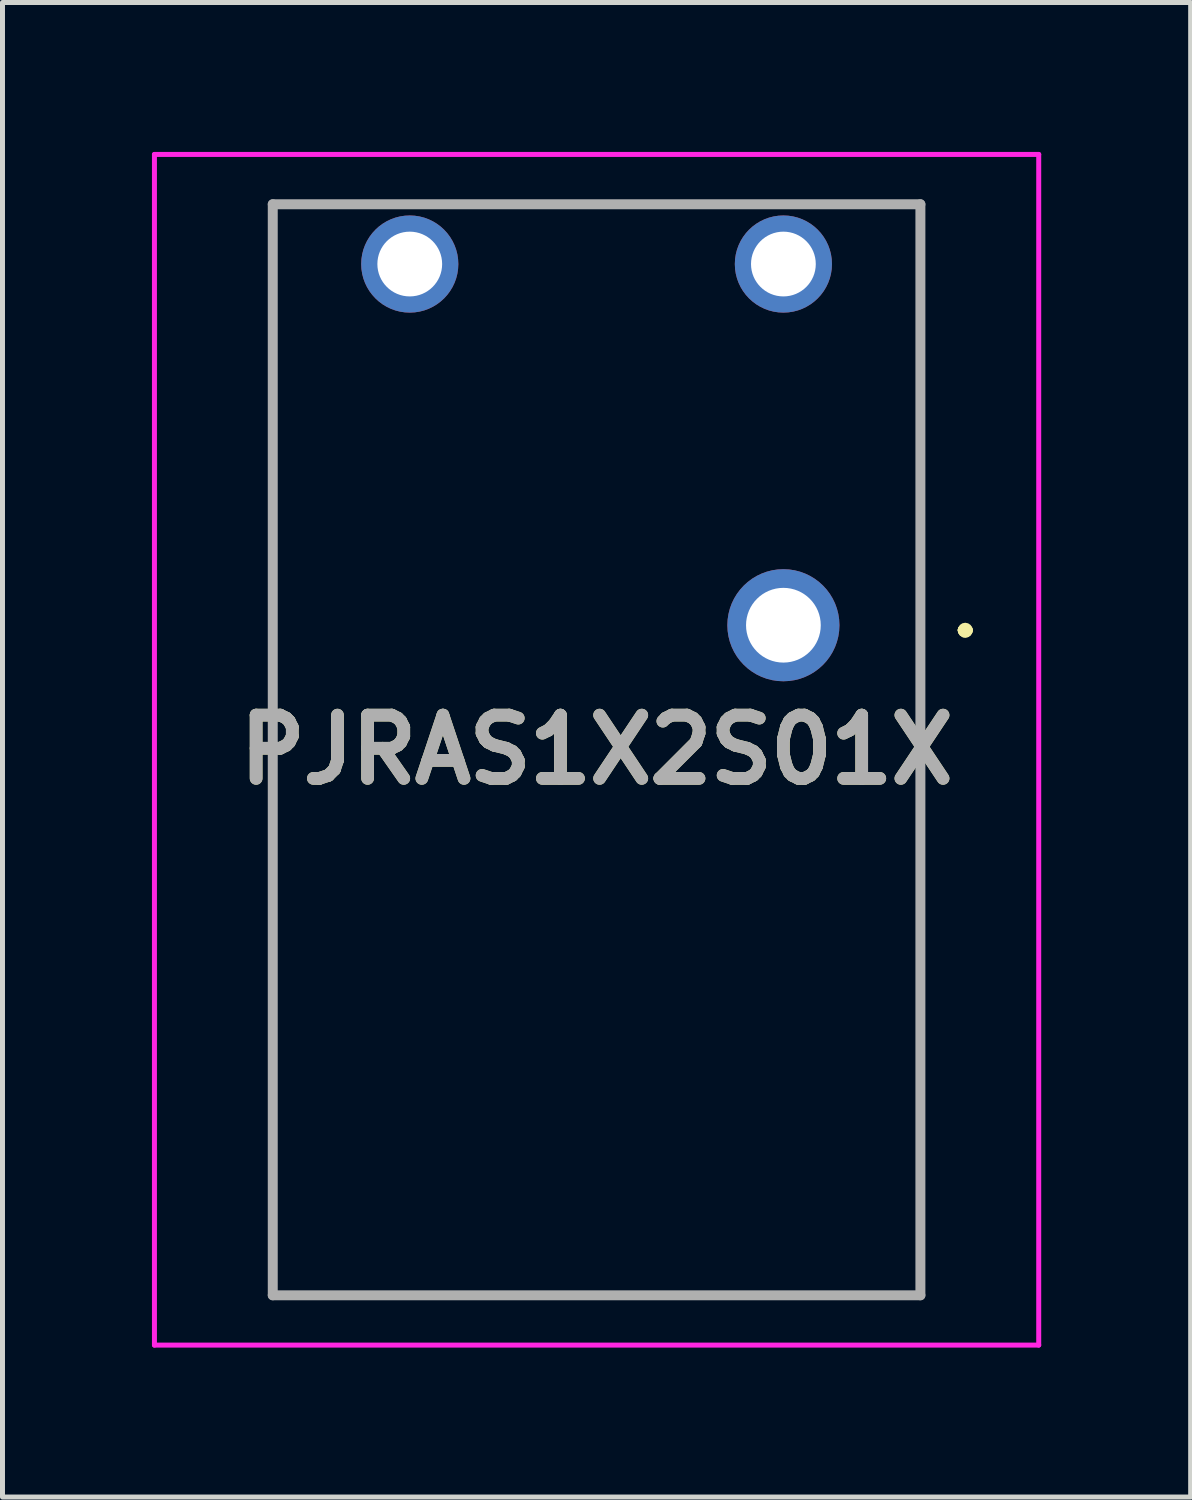
<source format=kicad_pcb>
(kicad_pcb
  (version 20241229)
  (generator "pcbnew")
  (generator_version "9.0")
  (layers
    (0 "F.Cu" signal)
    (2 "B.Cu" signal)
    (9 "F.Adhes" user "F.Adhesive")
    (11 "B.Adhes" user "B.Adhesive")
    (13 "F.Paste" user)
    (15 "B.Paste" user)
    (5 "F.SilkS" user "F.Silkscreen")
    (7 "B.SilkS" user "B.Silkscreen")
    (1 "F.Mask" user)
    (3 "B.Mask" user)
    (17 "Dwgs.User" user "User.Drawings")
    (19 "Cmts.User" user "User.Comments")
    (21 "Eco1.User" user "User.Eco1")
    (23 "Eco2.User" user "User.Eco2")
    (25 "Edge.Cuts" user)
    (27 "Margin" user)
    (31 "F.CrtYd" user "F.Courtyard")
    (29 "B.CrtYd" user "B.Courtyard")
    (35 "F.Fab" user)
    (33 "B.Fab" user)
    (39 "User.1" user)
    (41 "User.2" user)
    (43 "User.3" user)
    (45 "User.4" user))
  (footprint "PJRAS1X2S01X"
    (layer "F.Cu")
    (at 12.675 9.5)
    (property "Reference" "PJRAS1X2S01X" (at -3.75 2.5 0) (layer "F.SilkS") (effects (font (size 1.27 1.27) (thickness 0.254))))
    (attr through_hole)
    (fp_line (start -10.25 -8.45) (end -10.25 -8.45) (stroke (width 0.1) (type solid)) (layer "F.SilkS"))
    (fp_line (start -10.25 -8.45) (end -10.25 -8.45) (stroke (width 0.1) (type solid)) (layer "F.SilkS"))
    (fp_line (start -10.25 -8.45) (end -10.25 -5.75) (stroke (width 0.1) (type solid)) (layer "F.SilkS"))
    (fp_line (start -10.25 -8.45) (end -8.25 -8.45) (stroke (width 0.1) (type solid)) (layer "F.SilkS"))
    (fp_line (start -10.25 -5.75) (end -10.25 -8.45) (stroke (width 0.1) (type solid)) (layer "F.SilkS"))
    (fp_line (start -10.25 -5.75) (end -10.25 -5.75) (stroke (width 0.1) (type solid)) (layer "F.SilkS"))
    (fp_line (start -10.25 -1) (end -10.25 -1) (stroke (width 0.1) (type solid)) (layer "F.SilkS"))
    (fp_line (start -10.25 -1) (end -10.25 13.45) (stroke (width 0.1) (type solid)) (layer "F.SilkS"))
    (fp_line (start -10.25 13.45) (end -10.25 -1) (stroke (width 0.1) (type solid)) (layer "F.SilkS"))
    (fp_line (start -10.25 13.45) (end -10.25 13.45) (stroke (width 0.1) (type solid)) (layer "F.SilkS"))
    (fp_line (start -10.25 13.45) (end -10.25 13.45) (stroke (width 0.1) (type solid)) (layer "F.SilkS"))
    (fp_line (start -10.25 13.45) (end 2.75 13.45) (stroke (width 0.1) (type solid)) (layer "F.SilkS"))
    (fp_line (start -8.25 -8.45) (end -10.25 -8.45) (stroke (width 0.1) (type solid)) (layer "F.SilkS"))
    (fp_line (start -8.25 -8.45) (end -8.25 -8.45) (stroke (width 0.1) (type solid)) (layer "F.SilkS"))
    (fp_line (start -6.5 -8.45) (end -6.5 -8.45) (stroke (width 0.1) (type solid)) (layer "F.SilkS"))
    (fp_line (start -6.5 -8.45) (end -1 -8.45) (stroke (width 0.1) (type solid)) (layer "F.SilkS"))
    (fp_line (start -1 -8.45) (end -6.5 -8.45) (stroke (width 0.1) (type solid)) (layer "F.SilkS"))
    (fp_line (start -1 -8.45) (end -1 -8.45) (stroke (width 0.1) (type solid)) (layer "F.SilkS"))
    (fp_line (start 1 -8.45) (end 1 -8.45) (stroke (width 0.1) (type solid)) (layer "F.SilkS"))
    (fp_line (start 1 -8.45) (end 2.75 -8.45) (stroke (width 0.1) (type solid)) (layer "F.SilkS"))
    (fp_line (start 2.75 -8.45) (end 1 -8.45) (stroke (width 0.1) (type solid)) (layer "F.SilkS"))
    (fp_line (start 2.75 -8.45) (end 2.75 -8.45) (stroke (width 0.1) (type solid)) (layer "F.SilkS"))
    (fp_line (start 2.75 -8.45) (end 2.75 -8.45) (stroke (width 0.1) (type solid)) (layer "F.SilkS"))
    (fp_line (start 2.75 -8.45) (end 2.75 -6) (stroke (width 0.1) (type solid)) (layer "F.SilkS"))
    (fp_line (start 2.75 -6) (end 2.75 -8.45) (stroke (width 0.1) (type solid)) (layer "F.SilkS"))
    (fp_line (start 2.75 -6) (end 2.75 -6) (stroke (width 0.1) (type solid)) (layer "F.SilkS"))
    (fp_line (start 2.75 -1.25) (end 2.75 -1.25) (stroke (width 0.1) (type solid)) (layer "F.SilkS"))
    (fp_line (start 2.75 -1.25) (end 2.75 13.45) (stroke (width 0.1) (type solid)) (layer "F.SilkS"))
    (fp_line (start 2.75 13.45) (end -10.25 13.45) (stroke (width 0.1) (type solid)) (layer "F.SilkS"))
    (fp_line (start 2.75 13.45) (end 2.75 -1.25) (stroke (width 0.1) (type solid)) (layer "F.SilkS"))
    (fp_line (start 2.75 13.45) (end 2.75 13.45) (stroke (width 0.1) (type solid)) (layer "F.SilkS"))
    (fp_line (start 2.75 13.45) (end 2.75 13.45) (stroke (width 0.1) (type solid)) (layer "F.SilkS"))
    (fp_line (start 3.6 0.1) (end 3.6 0.1) (stroke (width 0.2) (type solid)) (layer "F.SilkS"))
    (fp_line (start 3.6 0.1) (end 3.6 0.1) (stroke (width 0.2) (type solid)) (layer "F.SilkS"))
    (fp_line (start 3.7 0.1) (end 3.7 0.1) (stroke (width 0.2) (type solid)) (layer "F.SilkS"))
    (fp_arc (start 3.6 0.1) (mid 3.65 0.05) (end 3.7 0.1) (stroke (width 0.2) (type solid)) (layer "F.SilkS"))
    (fp_arc (start 3.7 0.1) (mid 3.65 0.15) (end 3.6 0.1) (stroke (width 0.2) (type solid)) (layer "F.SilkS"))
    (fp_arc (start 3.7 0.1) (mid 3.65 0.15) (end 3.6 0.1) (stroke (width 0.2) (type solid)) (layer "F.SilkS"))
    (fp_line (start -12.625 -9.45) (end 5.125 -9.45) (stroke (width 0.1) (type solid)) (layer "F.CrtYd"))
    (fp_line (start -12.625 14.45) (end -12.625 -9.45) (stroke (width 0.1) (type solid)) (layer "F.CrtYd"))
    (fp_line (start 5.125 -9.45) (end 5.125 14.45) (stroke (width 0.1) (type solid)) (layer "F.CrtYd"))
    (fp_line (start 5.125 14.45) (end -12.625 14.45) (stroke (width 0.1) (type solid)) (layer "F.CrtYd"))
    (fp_line (start -10.25 -8.45) (end -10.25 13.45) (stroke (width 0.2) (type solid)) (layer "F.Fab"))
    (fp_line (start -10.25 13.45) (end 2.75 13.45) (stroke (width 0.2) (type solid)) (layer "F.Fab"))
    (fp_line (start 2.75 -8.45) (end -10.25 -8.45) (stroke (width 0.2) (type solid)) (layer "F.Fab"))
    (fp_line (start 2.75 13.45) (end 2.75 -8.45) (stroke (width 0.2) (type solid)) (layer "F.Fab"))
    (fp_text user "${REFERENCE}" (at -3.75 2.5 0) (layer "F.Fab") (effects (font (size 1.27 1.27) (thickness 0.254))))
    (pad "" np_thru_hole circle (at -9.9 -3.5) (size 0.001 0.001) (drill 3.45) (layers "*.Cu" "*.Mask"))
    (pad "" np_thru_hole circle (at 2.4 -3.5) (size 0.001 0.001) (drill 3.45) (layers "*.Cu" "*.Mask"))
    (pad "S1" thru_hole circle (at 0 0) (size 2.25 2.25) (drill 1.5) (layers "*.Cu" "*.Mask"))
    (pad "T1" thru_hole circle (at -7.5 -7.25) (size 1.95 1.95) (drill 1.3) (layers "*.Cu" "*.Mask"))
    (pad "T2" thru_hole circle (at 0 -7.25) (size 1.95 1.95) (drill 1.3) (layers "*.Cu" "*.Mask")))
  (gr_rect
    (start -3 -3)
    (end 20.85 27)
    (stroke (width 0.1) (type default))
    (fill no)
    (layer "Edge.Cuts")))
</source>
